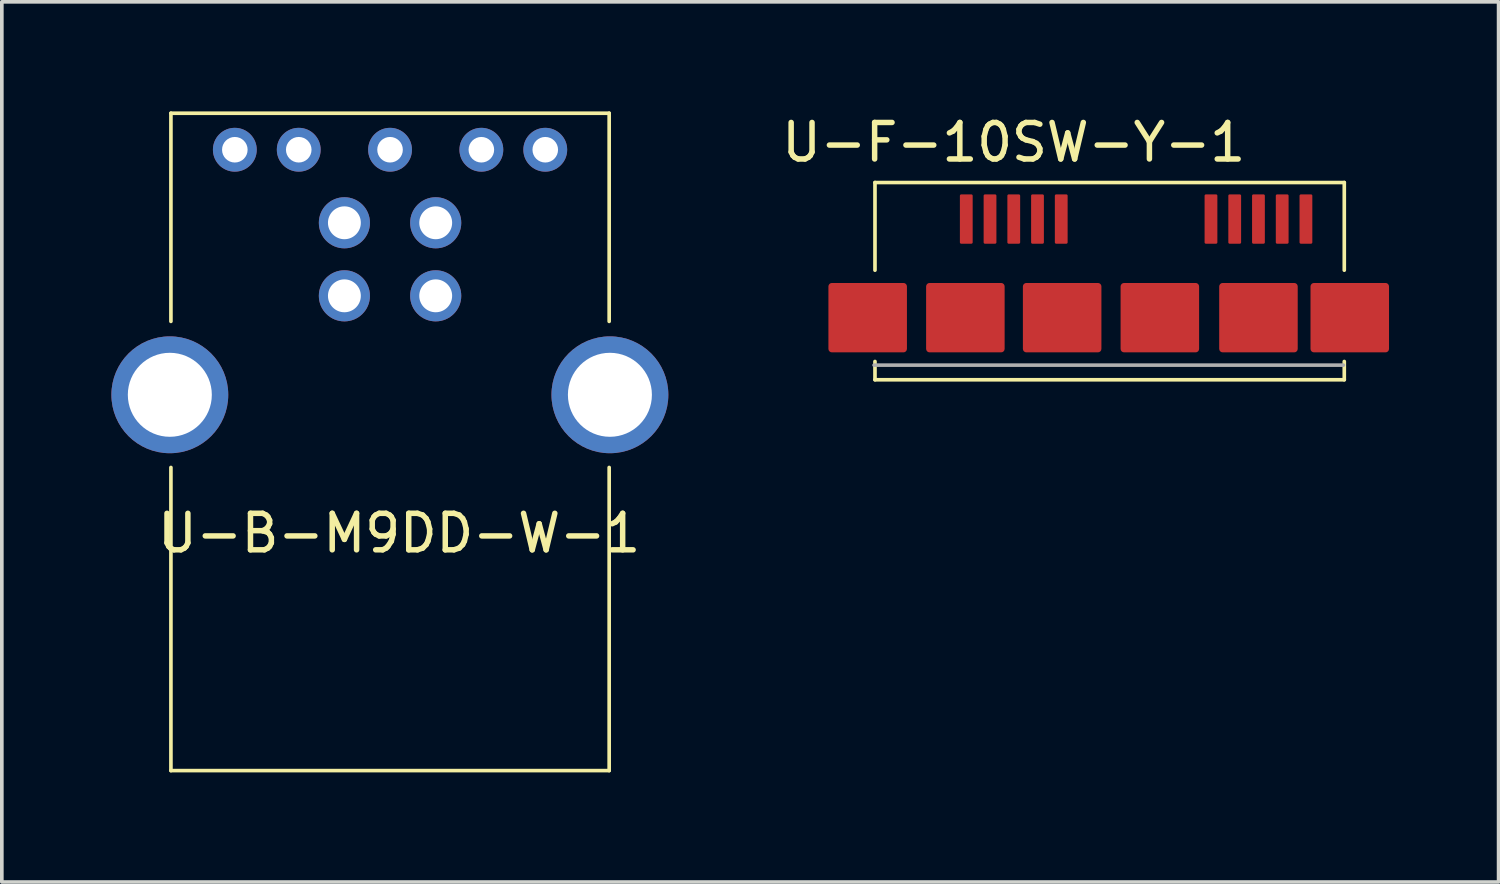
<source format=kicad_pcb>
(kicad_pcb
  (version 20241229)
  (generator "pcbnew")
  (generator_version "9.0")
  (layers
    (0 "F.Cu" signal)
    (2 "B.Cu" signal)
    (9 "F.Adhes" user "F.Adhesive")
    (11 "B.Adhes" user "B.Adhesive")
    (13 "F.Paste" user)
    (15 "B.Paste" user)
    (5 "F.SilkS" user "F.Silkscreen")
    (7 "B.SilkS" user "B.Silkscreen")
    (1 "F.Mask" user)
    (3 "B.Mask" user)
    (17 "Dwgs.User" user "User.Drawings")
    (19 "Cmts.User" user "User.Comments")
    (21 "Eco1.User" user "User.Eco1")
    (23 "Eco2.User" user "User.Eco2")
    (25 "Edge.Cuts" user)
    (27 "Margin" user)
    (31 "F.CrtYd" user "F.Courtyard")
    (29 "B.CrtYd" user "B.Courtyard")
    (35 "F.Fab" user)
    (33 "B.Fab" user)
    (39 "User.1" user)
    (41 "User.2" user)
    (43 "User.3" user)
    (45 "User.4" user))
  (footprint "U-F-10SW-Y-1"
    (layer "F.Cu")
    (at 24.708 2.948)
    (property "Reference" "U-F-10SW-Y-1" (at 0 -2.1 0) (unlocked yes) (layer "F.SilkS") (effects (font (size 1 1) (thickness 0.15))))
    (attr smd)
    (fp_line (start -3.8 -1) (end -3.8 1.4) (stroke (width 0.1) (type solid)) (layer "F.SilkS"))
    (fp_line (start -3.8 -1) (end 9.05 -1) (stroke (width 0.1) (type solid)) (layer "F.SilkS"))
    (fp_line (start -3.8 3.9) (end -3.8 4.4) (stroke (width 0.1) (type solid)) (layer "F.SilkS"))
    (fp_line (start -3.8 4.4) (end 9.05 4.4) (stroke (width 0.1) (type solid)) (layer "F.SilkS"))
    (fp_line (start 9.05 -1) (end 9.05 1.4) (stroke (width 0.1) (type solid)) (layer "F.SilkS"))
    (fp_line (start 9.05 3.9) (end 9.05 4.4) (stroke (width 0.1) (type solid)) (layer "F.SilkS"))
    (fp_line (start 9.025 4) (end -3.825 4) (stroke (width 0.1) (type solid)) (layer "F.Fab"))
    (pad "1" smd roundrect (at -1.3 0) (size 0.35 1.35) (layers "F.Cu" "F.Mask" "F.Paste") (roundrect_rratio 0.1))
    (pad "2" smd roundrect (at -0.65 0) (size 0.35 1.35) (layers "F.Cu" "F.Mask" "F.Paste") (roundrect_rratio 0.1))
    (pad "3" smd roundrect (at 0 0) (size 0.35 1.35) (layers "F.Cu" "F.Mask" "F.Paste") (roundrect_rratio 0.1))
    (pad "4" smd roundrect (at 0.65 0) (size 0.35 1.35) (layers "F.Cu" "F.Mask" "F.Paste") (roundrect_rratio 0.1))
    (pad "5" smd roundrect (at 1.3 0) (size 0.35 1.35) (layers "F.Cu" "F.Mask" "F.Paste") (roundrect_rratio 0.1))
    (pad "6" smd roundrect (at 5.4 0) (size 0.35 1.35) (layers "F.Cu" "F.Mask" "F.Paste") (roundrect_rratio 0.1))
    (pad "7" smd roundrect (at 6.05 0) (size 0.35 1.35) (layers "F.Cu" "F.Mask" "F.Paste") (roundrect_rratio 0.1))
    (pad "8" smd roundrect (at 6.7 0) (size 0.35 1.35) (layers "F.Cu" "F.Mask" "F.Paste") (roundrect_rratio 0.1))
    (pad "9" smd roundrect (at 7.35 0) (size 0.35 1.35) (layers "F.Cu" "F.Mask" "F.Paste") (roundrect_rratio 0.1))
    (pad "10" smd roundrect (at 8 0) (size 0.35 1.35) (layers "F.Cu" "F.Mask" "F.Paste") (roundrect_rratio 0.1))
    (pad "11" smd roundrect (at -4 2.7) (size 2.15 1.9) (layers "F.Cu" "F.Mask" "F.Paste") (roundrect_rratio 0.05))
    (pad "11" smd roundrect (at -1.325 2.7) (size 2.15 1.9) (layers "F.Cu" "F.Mask" "F.Paste") (roundrect_rratio 0.05))
    (pad "11" smd roundrect (at 1.325 2.7) (size 2.15 1.9) (layers "F.Cu" "F.Mask" "F.Paste") (roundrect_rratio 0.05))
    (pad "11" smd roundrect (at 4 2.7) (size 2.15 1.9) (layers "F.Cu" "F.Mask" "F.Paste") (roundrect_rratio 0.05))
    (pad "11" smd roundrect (at 6.7 2.7) (size 2.15 1.9) (layers "F.Cu" "F.Mask" "F.Paste") (roundrect_rratio 0.05))
    (pad "11" smd roundrect (at 9.2 2.7) (size 2.15 1.9) (layers "F.Cu" "F.Mask" "F.Paste") (roundrect_rratio 0.05)))
  (footprint "U-B-M9DD-W-1"
    (layer "F.Cu")
    (at 7.63 1.05)
    (property "Reference" "U-B-M9DD-W-1" (at 0.25 10.5 0) (unlocked yes) (layer "F.SilkS") (effects (font (size 1 1) (thickness 0.15))))
    (attr through_hole)
    (fp_line (start -6 4.7) (end -6 -1) (stroke (width 0.1) (type solid)) (layer "F.SilkS"))
    (fp_line (start -6 8.7) (end -6 17) (stroke (width 0.1) (type solid)) (layer "F.SilkS"))
    (fp_line (start -6 17) (end 6 17) (stroke (width 0.1) (type solid)) (layer "F.SilkS"))
    (fp_line (start 6 -1) (end -6 -1) (stroke (width 0.1) (type solid)) (layer "F.SilkS"))
    (fp_line (start 6 4.7) (end 6 -1) (stroke (width 0.1) (type solid)) (layer "F.SilkS"))
    (fp_line (start 6 8.7) (end 6 17) (stroke (width 0.1) (type solid)) (layer "F.SilkS"))
    (pad "" np_thru_hole circle (at -6.03 6.71) (size 3.2 3.2) (drill 2.3) (layers "*.Cu" "*.Mask"))
    (pad "" np_thru_hole circle (at 6.02 6.71) (size 3.2 3.2) (drill 2.3) (layers "*.Cu" "*.Mask"))
    (pad "1" thru_hole circle (at 1.25 2) (size 1.4 1.4) (drill 0.9) (layers "*.Cu" "*.Mask"))
    (pad "2" thru_hole circle (at -1.25 2) (size 1.4 1.4) (drill 0.9) (layers "*.Cu" "*.Mask"))
    (pad "3" thru_hole circle (at -1.25 4) (size 1.4 1.4) (drill 0.9) (layers "*.Cu" "*.Mask"))
    (pad "4" thru_hole circle (at 1.25 4) (size 1.4 1.4) (drill 0.9) (layers "*.Cu" "*.Mask"))
    (pad "5" thru_hole circle (at -4.25 0) (size 1.2 1.2) (drill 0.7) (layers "*.Cu" "*.Mask"))
    (pad "6" thru_hole circle (at -2.5 0) (size 1.2 1.2) (drill 0.7) (layers "*.Cu" "*.Mask"))
    (pad "7" thru_hole circle (at 0 0) (size 1.2 1.2) (drill 0.7) (layers "*.Cu" "*.Mask"))
    (pad "8" thru_hole circle (at 2.5 0) (size 1.2 1.2) (drill 0.7) (layers "*.Cu" "*.Mask"))
    (pad "9" thru_hole circle (at 4.25 0) (size 1.2 1.2) (drill 0.7) (layers "*.Cu" "*.Mask")))
  (gr_rect
    (start -3 -3)
    (end 37.983 21.1)
    (stroke (width 0.1) (type default))
    (fill no)
    (layer "Edge.Cuts")))
</source>
